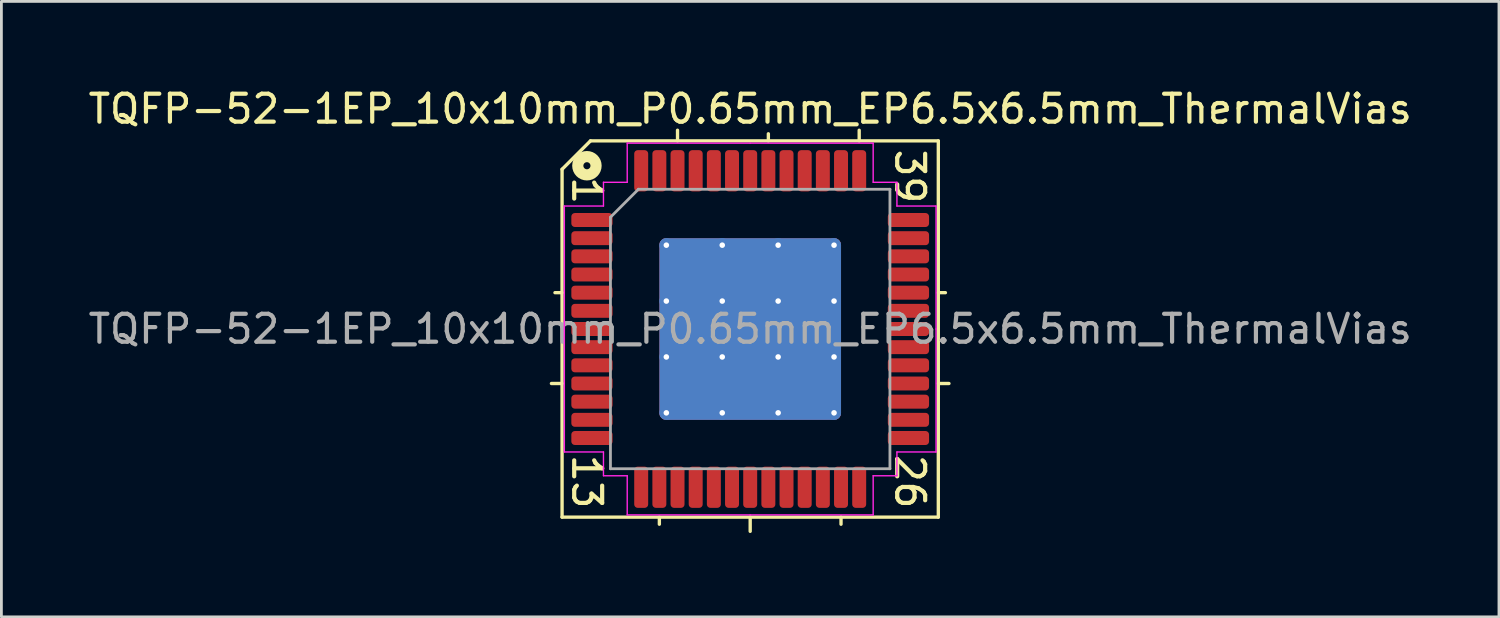
<source format=kicad_pcb>
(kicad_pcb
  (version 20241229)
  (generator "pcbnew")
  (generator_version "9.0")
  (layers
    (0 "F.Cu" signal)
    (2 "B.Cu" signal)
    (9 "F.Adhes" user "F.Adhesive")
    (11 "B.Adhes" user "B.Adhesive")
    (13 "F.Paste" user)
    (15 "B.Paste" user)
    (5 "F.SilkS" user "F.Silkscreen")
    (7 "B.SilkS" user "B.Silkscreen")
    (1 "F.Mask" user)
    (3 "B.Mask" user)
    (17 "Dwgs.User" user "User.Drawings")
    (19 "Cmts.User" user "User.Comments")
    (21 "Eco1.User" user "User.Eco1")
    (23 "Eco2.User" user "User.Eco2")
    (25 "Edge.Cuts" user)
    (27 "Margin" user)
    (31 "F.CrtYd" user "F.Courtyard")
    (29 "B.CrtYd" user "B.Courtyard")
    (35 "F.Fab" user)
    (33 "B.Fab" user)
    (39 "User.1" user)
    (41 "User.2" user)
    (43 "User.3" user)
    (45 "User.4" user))
  (footprint "TQFP-52-1EP_10x10mm_P0.65mm_EP6.5x6.5mm_ThermalVias"
    (layer "F.Cu")
    (at 23.792 8.722)
    (property "Reference" "TQFP-52-1EP_10x10mm_P0.65mm_EP6.5x6.5mm_ThermalVias" (at 0 -7.874 0) (layer "F.SilkS") (effects (font (size 1 1) (thickness 0.15))))
    (attr smd)
    (fp_line (start -6.731 -5.715) (end -6.731 6.731) (stroke (width 0.12) (type solid)) (layer "F.SilkS"))
    (fp_line (start -6.731 -1.3) (end -6.985 -1.3) (stroke (width 0.12) (type solid)) (layer "F.SilkS"))
    (fp_line (start -6.731 1.95) (end -7.112 1.95) (stroke (width 0.12) (type solid)) (layer "F.SilkS"))
    (fp_line (start -6.731 6.731) (end 6.731 6.731) (stroke (width 0.12) (type solid)) (layer "F.SilkS"))
    (fp_line (start -5.715 -6.731) (end -6.731 -5.715) (stroke (width 0.12) (type solid)) (layer "F.SilkS"))
    (fp_line (start -3.25 6.731) (end -3.25 6.985) (stroke (width 0.12) (type solid)) (layer "F.SilkS"))
    (fp_line (start -2.6 -6.731) (end -2.6 -7.112) (stroke (width 0.12) (type solid)) (layer "F.SilkS"))
    (fp_line (start 0 6.731) (end 0 7.239) (stroke (width 0.12) (type solid)) (layer "F.SilkS"))
    (fp_line (start 0.65 -6.731) (end 0.65 -6.985) (stroke (width 0.12) (type solid)) (layer "F.SilkS"))
    (fp_line (start 3.25 6.731) (end 3.25 6.985) (stroke (width 0.12) (type solid)) (layer "F.SilkS"))
    (fp_line (start 3.9 -6.731) (end 3.9 -7.112) (stroke (width 0.12) (type solid)) (layer "F.SilkS"))
    (fp_line (start 6.731 -6.731) (end -5.715 -6.731) (stroke (width 0.12) (type solid)) (layer "F.SilkS"))
    (fp_line (start 6.731 -1.3) (end 6.985 -1.3) (stroke (width 0.12) (type solid)) (layer "F.SilkS"))
    (fp_line (start 6.731 1.95) (end 7.112 1.95) (stroke (width 0.12) (type solid)) (layer "F.SilkS"))
    (fp_line (start 6.731 6.731) (end 6.731 -6.731) (stroke (width 0.12) (type solid)) (layer "F.SilkS"))
    (fp_circle (center -5.842 -5.842) (end -5.715 -5.842) (stroke (width 0.4) (type solid)) (fill no) (layer "F.SilkS"))
    (fp_line (start -6.65 -4.4) (end -6.65 0) (stroke (width 0.05) (type solid)) (layer "F.CrtYd"))
    (fp_line (start -6.65 4.4) (end -6.65 0) (stroke (width 0.05) (type solid)) (layer "F.CrtYd"))
    (fp_line (start -5.25 -5.25) (end -5.25 -4.4) (stroke (width 0.05) (type solid)) (layer "F.CrtYd"))
    (fp_line (start -5.25 -4.4) (end -6.65 -4.4) (stroke (width 0.05) (type solid)) (layer "F.CrtYd"))
    (fp_line (start -5.25 4.4) (end -6.65 4.4) (stroke (width 0.05) (type solid)) (layer "F.CrtYd"))
    (fp_line (start -5.25 5.25) (end -5.25 4.4) (stroke (width 0.05) (type solid)) (layer "F.CrtYd"))
    (fp_line (start -4.4 -6.65) (end -4.4 -5.25) (stroke (width 0.05) (type solid)) (layer "F.CrtYd"))
    (fp_line (start -4.4 -5.25) (end -5.25 -5.25) (stroke (width 0.05) (type solid)) (layer "F.CrtYd"))
    (fp_line (start -4.4 5.25) (end -5.25 5.25) (stroke (width 0.05) (type solid)) (layer "F.CrtYd"))
    (fp_line (start -4.4 6.65) (end -4.4 5.25) (stroke (width 0.05) (type solid)) (layer "F.CrtYd"))
    (fp_line (start 0 -6.65) (end -4.4 -6.65) (stroke (width 0.05) (type solid)) (layer "F.CrtYd"))
    (fp_line (start 0 -6.65) (end 4.4 -6.65) (stroke (width 0.05) (type solid)) (layer "F.CrtYd"))
    (fp_line (start 0 6.65) (end -4.4 6.65) (stroke (width 0.05) (type solid)) (layer "F.CrtYd"))
    (fp_line (start 0 6.65) (end 4.4 6.65) (stroke (width 0.05) (type solid)) (layer "F.CrtYd"))
    (fp_line (start 4.4 -6.65) (end 4.4 -5.25) (stroke (width 0.05) (type solid)) (layer "F.CrtYd"))
    (fp_line (start 4.4 -5.25) (end 5.25 -5.25) (stroke (width 0.05) (type solid)) (layer "F.CrtYd"))
    (fp_line (start 4.4 5.25) (end 5.25 5.25) (stroke (width 0.05) (type solid)) (layer "F.CrtYd"))
    (fp_line (start 4.4 6.65) (end 4.4 5.25) (stroke (width 0.05) (type solid)) (layer "F.CrtYd"))
    (fp_line (start 5.25 -5.25) (end 5.25 -4.4) (stroke (width 0.05) (type solid)) (layer "F.CrtYd"))
    (fp_line (start 5.25 -4.4) (end 6.65 -4.4) (stroke (width 0.05) (type solid)) (layer "F.CrtYd"))
    (fp_line (start 5.25 4.4) (end 6.65 4.4) (stroke (width 0.05) (type solid)) (layer "F.CrtYd"))
    (fp_line (start 5.25 5.25) (end 5.25 4.4) (stroke (width 0.05) (type solid)) (layer "F.CrtYd"))
    (fp_line (start 6.65 -4.4) (end 6.65 0) (stroke (width 0.05) (type solid)) (layer "F.CrtYd"))
    (fp_line (start 6.65 4.4) (end 6.65 0) (stroke (width 0.05) (type solid)) (layer "F.CrtYd"))
    (fp_line (start -5 -4) (end -4 -5) (stroke (width 0.1) (type solid)) (layer "F.Fab"))
    (fp_line (start -5 5) (end -5 -4) (stroke (width 0.1) (type solid)) (layer "F.Fab"))
    (fp_line (start -4 -5) (end 5 -5) (stroke (width 0.1) (type solid)) (layer "F.Fab"))
    (fp_line (start 5 -5) (end 5 5) (stroke (width 0.1) (type solid)) (layer "F.Fab"))
    (fp_line (start 5 5) (end -5 5) (stroke (width 0.1) (type solid)) (layer "F.Fab"))
    (fp_text user "13" (at -5.842 5.461 270) (unlocked yes) (layer "F.SilkS") (effects (font (size 1 1) (thickness 0.15))))
    (fp_text user "26" (at 5.715 5.461 270) (unlocked yes) (layer "F.SilkS") (effects (font (size 1 1) (thickness 0.15))))
    (fp_text user "39" (at 5.715 -5.461 270) (unlocked yes) (layer "F.SilkS") (effects (font (size 1 1) (thickness 0.15))))
    (fp_text user "1" (at -5.842 -4.953 270) (unlocked yes) (layer "F.SilkS") (effects (font (size 1 1) (thickness 0.15))))
    (fp_text user "${REFERENCE}" (at 0 0 0) (layer "F.Fab") (effects (font (size 1 1) (thickness 0.15))))
    (pad "" smd roundrect (at -2 -2) (size 1.747 1.747) (layers "F.Paste") (roundrect_rratio 0.143))
    (pad "" smd roundrect (at -2 0) (size 1.747 1.747) (layers "F.Paste") (roundrect_rratio 0.143))
    (pad "" smd roundrect (at -2 2) (size 1.747 1.747) (layers "F.Paste") (roundrect_rratio 0.143))
    (pad "" smd roundrect (at 0 -2) (size 1.747 1.747) (layers "F.Paste") (roundrect_rratio 0.143))
    (pad "" smd roundrect (at 0 0) (size 1.747 1.747) (layers "F.Paste") (roundrect_rratio 0.143))
    (pad "" smd roundrect (at 0 2) (size 1.747 1.747) (layers "F.Paste") (roundrect_rratio 0.143))
    (pad "" smd roundrect (at 2 -2) (size 1.747 1.747) (layers "F.Paste") (roundrect_rratio 0.143))
    (pad "" smd roundrect (at 2 0) (size 1.747 1.747) (layers "F.Paste") (roundrect_rratio 0.143))
    (pad "" smd roundrect (at 2 2) (size 1.747 1.747) (layers "F.Paste") (roundrect_rratio 0.143))
    (pad "1" smd roundrect (at -5.662 -3.9) (size 1.475 0.5) (layers "F.Cu" "F.Mask" "F.Paste") (roundrect_rratio 0.25))
    (pad "2" smd roundrect (at -5.662 -3.25) (size 1.475 0.5) (layers "F.Cu" "F.Mask" "F.Paste") (roundrect_rratio 0.25))
    (pad "3" smd roundrect (at -5.662 -2.6) (size 1.475 0.5) (layers "F.Cu" "F.Mask" "F.Paste") (roundrect_rratio 0.25))
    (pad "4" smd roundrect (at -5.662 -1.95) (size 1.475 0.5) (layers "F.Cu" "F.Mask" "F.Paste") (roundrect_rratio 0.25))
    (pad "5" smd roundrect (at -5.662 -1.3) (size 1.475 0.5) (layers "F.Cu" "F.Mask" "F.Paste") (roundrect_rratio 0.25))
    (pad "6" smd roundrect (at -5.662 -0.65) (size 1.475 0.5) (layers "F.Cu" "F.Mask" "F.Paste") (roundrect_rratio 0.25))
    (pad "7" smd roundrect (at -5.662 0) (size 1.475 0.5) (layers "F.Cu" "F.Mask" "F.Paste") (roundrect_rratio 0.25))
    (pad "8" smd roundrect (at -5.662 0.65) (size 1.475 0.5) (layers "F.Cu" "F.Mask" "F.Paste") (roundrect_rratio 0.25))
    (pad "9" smd roundrect (at -5.662 1.3) (size 1.475 0.5) (layers "F.Cu" "F.Mask" "F.Paste") (roundrect_rratio 0.25))
    (pad "10" smd roundrect (at -5.662 1.95) (size 1.475 0.5) (layers "F.Cu" "F.Mask" "F.Paste") (roundrect_rratio 0.25))
    (pad "11" smd roundrect (at -5.662 2.6) (size 1.475 0.5) (layers "F.Cu" "F.Mask" "F.Paste") (roundrect_rratio 0.25))
    (pad "12" smd roundrect (at -5.662 3.25) (size 1.475 0.5) (layers "F.Cu" "F.Mask" "F.Paste") (roundrect_rratio 0.25))
    (pad "13" smd roundrect (at -5.662 3.9) (size 1.475 0.5) (layers "F.Cu" "F.Mask" "F.Paste") (roundrect_rratio 0.25))
    (pad "14" smd roundrect (at -3.9 5.662) (size 0.5 1.475) (layers "F.Cu" "F.Mask" "F.Paste") (roundrect_rratio 0.25))
    (pad "15" smd roundrect (at -3.25 5.662) (size 0.5 1.475) (layers "F.Cu" "F.Mask" "F.Paste") (roundrect_rratio 0.25))
    (pad "16" smd roundrect (at -2.6 5.662) (size 0.5 1.475) (layers "F.Cu" "F.Mask" "F.Paste") (roundrect_rratio 0.25))
    (pad "17" smd roundrect (at -1.95 5.662) (size 0.5 1.475) (layers "F.Cu" "F.Mask" "F.Paste") (roundrect_rratio 0.25))
    (pad "18" smd roundrect (at -1.3 5.662) (size 0.5 1.475) (layers "F.Cu" "F.Mask" "F.Paste") (roundrect_rratio 0.25))
    (pad "19" smd roundrect (at -0.65 5.662) (size 0.5 1.475) (layers "F.Cu" "F.Mask" "F.Paste") (roundrect_rratio 0.25))
    (pad "20" smd roundrect (at 0 5.662) (size 0.5 1.475) (layers "F.Cu" "F.Mask" "F.Paste") (roundrect_rratio 0.25))
    (pad "21" smd roundrect (at 0.65 5.662) (size 0.5 1.475) (layers "F.Cu" "F.Mask" "F.Paste") (roundrect_rratio 0.25))
    (pad "22" smd roundrect (at 1.3 5.662) (size 0.5 1.475) (layers "F.Cu" "F.Mask" "F.Paste") (roundrect_rratio 0.25))
    (pad "23" smd roundrect (at 1.95 5.662) (size 0.5 1.475) (layers "F.Cu" "F.Mask" "F.Paste") (roundrect_rratio 0.25))
    (pad "24" smd roundrect (at 2.6 5.662) (size 0.5 1.475) (layers "F.Cu" "F.Mask" "F.Paste") (roundrect_rratio 0.25))
    (pad "25" smd roundrect (at 3.25 5.662) (size 0.5 1.475) (layers "F.Cu" "F.Mask" "F.Paste") (roundrect_rratio 0.25))
    (pad "26" smd roundrect (at 3.9 5.662) (size 0.5 1.475) (layers "F.Cu" "F.Mask" "F.Paste") (roundrect_rratio 0.25))
    (pad "27" smd roundrect (at 5.662 3.9) (size 1.475 0.5) (layers "F.Cu" "F.Mask" "F.Paste") (roundrect_rratio 0.25))
    (pad "28" smd roundrect (at 5.662 3.25) (size 1.475 0.5) (layers "F.Cu" "F.Mask" "F.Paste") (roundrect_rratio 0.25))
    (pad "29" smd roundrect (at 5.662 2.6) (size 1.475 0.5) (layers "F.Cu" "F.Mask" "F.Paste") (roundrect_rratio 0.25))
    (pad "30" smd roundrect (at 5.662 1.95) (size 1.475 0.5) (layers "F.Cu" "F.Mask" "F.Paste") (roundrect_rratio 0.25))
    (pad "31" smd roundrect (at 5.662 1.3) (size 1.475 0.5) (layers "F.Cu" "F.Mask" "F.Paste") (roundrect_rratio 0.25))
    (pad "32" smd roundrect (at 5.662 0.65) (size 1.475 0.5) (layers "F.Cu" "F.Mask" "F.Paste") (roundrect_rratio 0.25))
    (pad "33" smd roundrect (at 5.662 0) (size 1.475 0.5) (layers "F.Cu" "F.Mask" "F.Paste") (roundrect_rratio 0.25))
    (pad "34" smd roundrect (at 5.662 -0.65) (size 1.475 0.5) (layers "F.Cu" "F.Mask" "F.Paste") (roundrect_rratio 0.25))
    (pad "35" smd roundrect (at 5.662 -1.3) (size 1.475 0.5) (layers "F.Cu" "F.Mask" "F.Paste") (roundrect_rratio 0.25))
    (pad "36" smd roundrect (at 5.662 -1.95) (size 1.475 0.5) (layers "F.Cu" "F.Mask" "F.Paste") (roundrect_rratio 0.25))
    (pad "37" smd roundrect (at 5.662 -2.6) (size 1.475 0.5) (layers "F.Cu" "F.Mask" "F.Paste") (roundrect_rratio 0.25))
    (pad "38" smd roundrect (at 5.662 -3.25) (size 1.475 0.5) (layers "F.Cu" "F.Mask" "F.Paste") (roundrect_rratio 0.25))
    (pad "39" smd roundrect (at 5.662 -3.9) (size 1.475 0.5) (layers "F.Cu" "F.Mask" "F.Paste") (roundrect_rratio 0.25))
    (pad "40" smd roundrect (at 3.9 -5.662) (size 0.5 1.475) (layers "F.Cu" "F.Mask" "F.Paste") (roundrect_rratio 0.25))
    (pad "41" smd roundrect (at 3.25 -5.662) (size 0.5 1.475) (layers "F.Cu" "F.Mask" "F.Paste") (roundrect_rratio 0.25))
    (pad "42" smd roundrect (at 2.6 -5.662) (size 0.5 1.475) (layers "F.Cu" "F.Mask" "F.Paste") (roundrect_rratio 0.25))
    (pad "43" smd roundrect (at 1.95 -5.662) (size 0.5 1.475) (layers "F.Cu" "F.Mask" "F.Paste") (roundrect_rratio 0.25))
    (pad "44" smd roundrect (at 1.3 -5.662) (size 0.5 1.475) (layers "F.Cu" "F.Mask" "F.Paste") (roundrect_rratio 0.25))
    (pad "45" smd roundrect (at 0.65 -5.662) (size 0.5 1.475) (layers "F.Cu" "F.Mask" "F.Paste") (roundrect_rratio 0.25))
    (pad "46" smd roundrect (at 0 -5.662) (size 0.5 1.475) (layers "F.Cu" "F.Mask" "F.Paste") (roundrect_rratio 0.25))
    (pad "47" smd roundrect (at -0.65 -5.662) (size 0.5 1.475) (layers "F.Cu" "F.Mask" "F.Paste") (roundrect_rratio 0.25))
    (pad "48" smd roundrect (at -1.3 -5.662) (size 0.5 1.475) (layers "F.Cu" "F.Mask" "F.Paste") (roundrect_rratio 0.25))
    (pad "49" smd roundrect (at -1.95 -5.662) (size 0.5 1.475) (layers "F.Cu" "F.Mask" "F.Paste") (roundrect_rratio 0.25))
    (pad "50" smd roundrect (at -2.6 -5.662) (size 0.5 1.475) (layers "F.Cu" "F.Mask" "F.Paste") (roundrect_rratio 0.25))
    (pad "51" smd roundrect (at -3.25 -5.662) (size 0.5 1.475) (layers "F.Cu" "F.Mask" "F.Paste") (roundrect_rratio 0.25))
    (pad "52" smd roundrect (at -3.9 -5.662) (size 0.5 1.475) (layers "F.Cu" "F.Mask" "F.Paste") (roundrect_rratio 0.25))
    (pad "53" thru_hole circle (at -3 -3) (size 0.5 0.5) (drill 0.2) (layers "*.Cu"))
    (pad "53" thru_hole circle (at -3 -1) (size 0.5 0.5) (drill 0.2) (layers "*.Cu"))
    (pad "53" thru_hole circle (at -3 1) (size 0.5 0.5) (drill 0.2) (layers "*.Cu"))
    (pad "53" thru_hole circle (at -3 3) (size 0.5 0.5) (drill 0.2) (layers "*.Cu"))
    (pad "53" thru_hole circle (at -1 -3) (size 0.5 0.5) (drill 0.2) (layers "*.Cu"))
    (pad "53" thru_hole circle (at -1 -1) (size 0.5 0.5) (drill 0.2) (layers "*.Cu"))
    (pad "53" thru_hole circle (at -1 1) (size 0.5 0.5) (drill 0.2) (layers "*.Cu"))
    (pad "53" thru_hole circle (at -1 3) (size 0.5 0.5) (drill 0.2) (layers "*.Cu"))
    (pad "53" smd roundrect (at 0 0) (size 6.5 6.5) (layers "F.Cu" "F.Mask") (roundrect_rratio 0.038))
    (pad "53" smd roundrect (at 0 0) (size 6.5 6.5) (layers "B.Cu" "B.Mask") (roundrect_rratio 0.038))
    (pad "53" thru_hole circle (at 1 -3) (size 0.5 0.5) (drill 0.2) (layers "*.Cu"))
    (pad "53" thru_hole circle (at 1 -1) (size 0.5 0.5) (drill 0.2) (layers "*.Cu"))
    (pad "53" thru_hole circle (at 1 1) (size 0.5 0.5) (drill 0.2) (layers "*.Cu"))
    (pad "53" thru_hole circle (at 1 3) (size 0.5 0.5) (drill 0.2) (layers "*.Cu"))
    (pad "53" thru_hole circle (at 3 -3) (size 0.5 0.5) (drill 0.2) (layers "*.Cu"))
    (pad "53" thru_hole circle (at 3 -1) (size 0.5 0.5) (drill 0.2) (layers "*.Cu"))
    (pad "53" thru_hole circle (at 3 1) (size 0.5 0.5) (drill 0.2) (layers "*.Cu"))
    (pad "53" thru_hole circle (at 3 3) (size 0.5 0.5) (drill 0.2) (layers "*.Cu")))
  (gr_rect
    (start -3 -3)
    (end 50.583 19.021)
    (stroke (width 0.1) (type default))
    (fill no)
    (layer "Edge.Cuts")))
</source>
